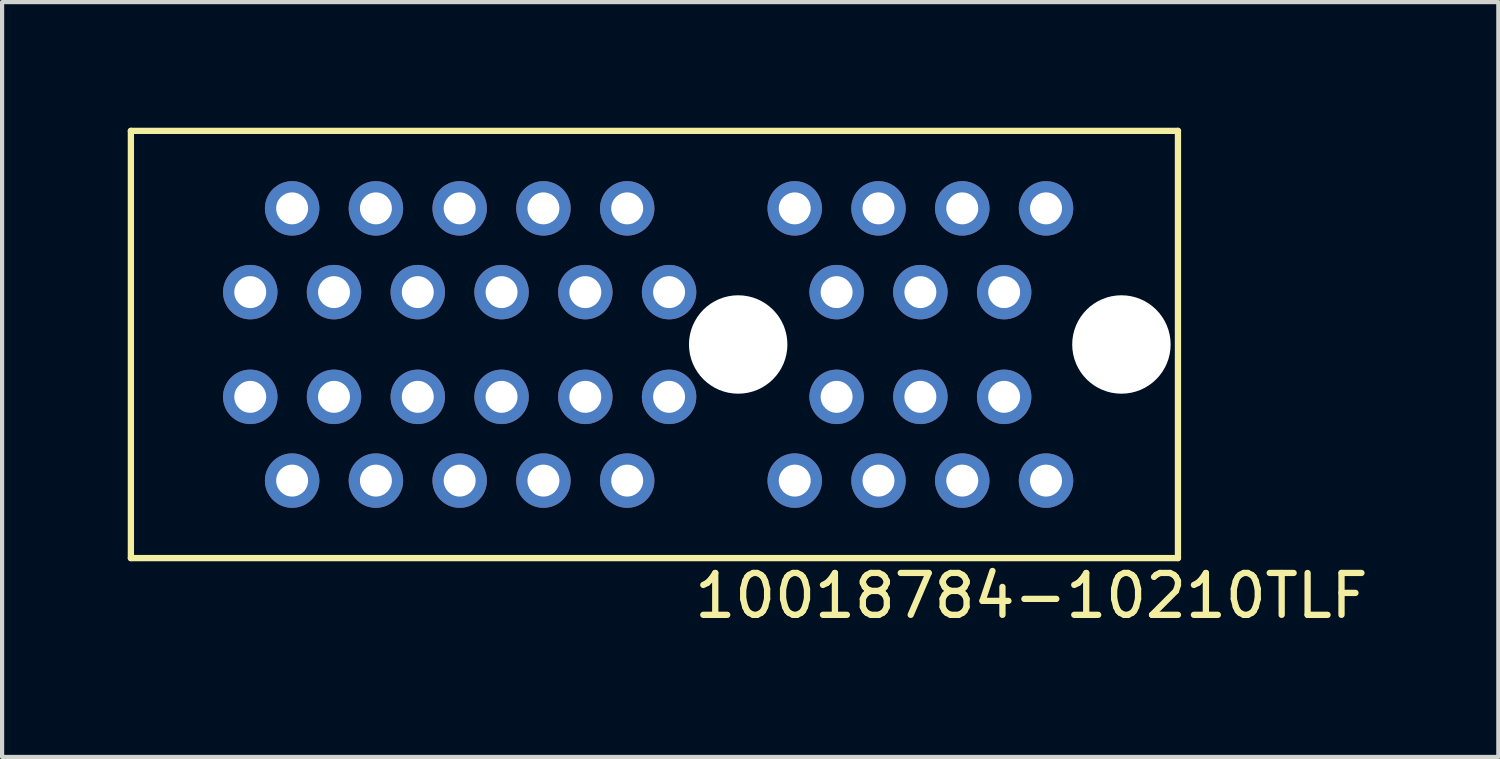
<source format=kicad_pcb>
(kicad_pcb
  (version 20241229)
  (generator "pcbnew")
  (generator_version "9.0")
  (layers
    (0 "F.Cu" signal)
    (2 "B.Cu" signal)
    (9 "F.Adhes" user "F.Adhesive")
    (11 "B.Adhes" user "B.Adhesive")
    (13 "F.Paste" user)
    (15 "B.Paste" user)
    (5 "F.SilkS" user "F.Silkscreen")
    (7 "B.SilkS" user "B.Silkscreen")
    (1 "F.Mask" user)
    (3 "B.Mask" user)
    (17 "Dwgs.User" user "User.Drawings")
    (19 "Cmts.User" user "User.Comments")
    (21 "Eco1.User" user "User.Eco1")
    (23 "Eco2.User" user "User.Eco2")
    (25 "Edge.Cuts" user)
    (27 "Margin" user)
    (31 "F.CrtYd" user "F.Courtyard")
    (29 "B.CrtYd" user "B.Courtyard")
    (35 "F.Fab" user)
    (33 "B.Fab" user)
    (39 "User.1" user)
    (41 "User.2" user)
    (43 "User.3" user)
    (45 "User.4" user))
  (footprint "10018784-10210TLF"
    (layer "F.Cu")
    (at 14.575 5.175)
    (property "Reference" "10018784-10210TLF" (at 7 6 0) (layer "F.SilkS") (effects (font (size 1 1) (thickness 0.15))))
    (attr through_hole)
    (fp_line (start -14.5 -5.1) (end -14.5 5.1) (stroke (width 0.15) (type solid)) (layer "F.SilkS"))
    (fp_line (start -14.5 -5.1) (end 10.5 -5.1) (stroke (width 0.15) (type solid)) (layer "F.SilkS"))
    (fp_line (start -14.5 5.1) (end 10.5 5.1) (stroke (width 0.15) (type solid)) (layer "F.SilkS"))
    (fp_line (start 10.5 -5.1) (end 10.5 5.1) (stroke (width 0.15) (type solid)) (layer "F.SilkS"))
    (pad "" np_thru_hole circle (at 0 0) (size 2.35 2.35) (drill 2.35) (layers "*.Cu" "*.Mask"))
    (pad "" np_thru_hole circle (at 9.15 0) (size 2.35 2.35) (drill 2.35) (layers "*.Cu" "*.Mask"))
    (pad "A1" thru_hole circle (at -11.65 -1.25) (size 1.3 1.3) (drill 0.762) (layers "*.Cu" "*.Mask"))
    (pad "A2" thru_hole circle (at -10.65 -3.25) (size 1.3 1.3) (drill 0.762) (layers "*.Cu" "*.Mask"))
    (pad "A3" thru_hole circle (at -9.65 -1.25) (size 1.3 1.3) (drill 0.762) (layers "*.Cu" "*.Mask"))
    (pad "A4" thru_hole circle (at -8.65 -3.25) (size 1.3 1.3) (drill 0.762) (layers "*.Cu" "*.Mask"))
    (pad "A5" thru_hole circle (at -7.65 -1.25) (size 1.3 1.3) (drill 0.762) (layers "*.Cu" "*.Mask"))
    (pad "A6" thru_hole circle (at -6.65 -3.25) (size 1.3 1.3) (drill 0.762) (layers "*.Cu" "*.Mask"))
    (pad "A7" thru_hole circle (at -5.65 -1.25) (size 1.3 1.3) (drill 0.762) (layers "*.Cu" "*.Mask"))
    (pad "A8" thru_hole circle (at -4.65 -3.25) (size 1.3 1.3) (drill 0.762) (layers "*.Cu" "*.Mask"))
    (pad "A9" thru_hole circle (at -3.65 -1.25) (size 1.3 1.3) (drill 0.762) (layers "*.Cu" "*.Mask"))
    (pad "A10" thru_hole circle (at -2.65 -3.25) (size 1.3 1.3) (drill 0.762) (layers "*.Cu" "*.Mask"))
    (pad "A11" thru_hole circle (at -1.65 -1.25) (size 1.3 1.3) (drill 0.762) (layers "*.Cu" "*.Mask"))
    (pad "A12" thru_hole circle (at 1.35 -3.25) (size 1.3 1.3) (drill 0.762) (layers "*.Cu" "*.Mask"))
    (pad "A13" thru_hole circle (at 2.35 -1.25) (size 1.3 1.3) (drill 0.762) (layers "*.Cu" "*.Mask"))
    (pad "A14" thru_hole circle (at 3.35 -3.25) (size 1.3 1.3) (drill 0.762) (layers "*.Cu" "*.Mask"))
    (pad "A15" thru_hole circle (at 4.35 -1.25) (size 1.3 1.3) (drill 0.762) (layers "*.Cu" "*.Mask"))
    (pad "A16" thru_hole circle (at 5.35 -3.25) (size 1.3 1.3) (drill 0.762) (layers "*.Cu" "*.Mask"))
    (pad "A17" thru_hole circle (at 6.35 -1.25) (size 1.3 1.3) (drill 0.762) (layers "*.Cu" "*.Mask"))
    (pad "A18" thru_hole circle (at 7.35 -3.25) (size 1.3 1.3) (drill 0.762) (layers "*.Cu" "*.Mask"))
    (pad "B1" thru_hole circle (at -11.65 1.25) (size 1.3 1.3) (drill 0.762) (layers "*.Cu" "*.Mask"))
    (pad "B2" thru_hole circle (at -10.65 3.25) (size 1.3 1.3) (drill 0.762) (layers "*.Cu" "*.Mask"))
    (pad "B3" thru_hole circle (at -9.65 1.25) (size 1.3 1.3) (drill 0.762) (layers "*.Cu" "*.Mask"))
    (pad "B4" thru_hole circle (at -8.65 3.25) (size 1.3 1.3) (drill 0.762) (layers "*.Cu" "*.Mask"))
    (pad "B5" thru_hole circle (at -7.65 1.25) (size 1.3 1.3) (drill 0.762) (layers "*.Cu" "*.Mask"))
    (pad "B6" thru_hole circle (at -6.65 3.25) (size 1.3 1.3) (drill 0.762) (layers "*.Cu" "*.Mask"))
    (pad "B7" thru_hole circle (at -5.65 1.25) (size 1.3 1.3) (drill 0.762) (layers "*.Cu" "*.Mask"))
    (pad "B8" thru_hole circle (at -4.65 3.25) (size 1.3 1.3) (drill 0.762) (layers "*.Cu" "*.Mask"))
    (pad "B9" thru_hole circle (at -3.65 1.25) (size 1.3 1.3) (drill 0.762) (layers "*.Cu" "*.Mask"))
    (pad "B10" thru_hole circle (at -2.65 3.25) (size 1.3 1.3) (drill 0.762) (layers "*.Cu" "*.Mask"))
    (pad "B11" thru_hole circle (at -1.65 1.25) (size 1.3 1.3) (drill 0.762) (layers "*.Cu" "*.Mask"))
    (pad "B12" thru_hole circle (at 1.35 3.25) (size 1.3 1.3) (drill 0.762) (layers "*.Cu" "*.Mask"))
    (pad "B13" thru_hole circle (at 2.35 1.25) (size 1.3 1.3) (drill 0.762) (layers "*.Cu" "*.Mask"))
    (pad "B14" thru_hole circle (at 3.35 3.25) (size 1.3 1.3) (drill 0.762) (layers "*.Cu" "*.Mask"))
    (pad "B15" thru_hole circle (at 4.35 1.25) (size 1.3 1.3) (drill 0.762) (layers "*.Cu" "*.Mask"))
    (pad "B16" thru_hole circle (at 5.35 3.25) (size 1.3 1.3) (drill 0.762) (layers "*.Cu" "*.Mask"))
    (pad "B17" thru_hole circle (at 6.35 1.25) (size 1.3 1.3) (drill 0.762) (layers "*.Cu" "*.Mask"))
    (pad "B18" thru_hole circle (at 7.35 3.25) (size 1.3 1.3) (drill 0.762) (layers "*.Cu" "*.Mask")))
  (gr_rect
    (start -3 -3)
    (end 32.724 15.023)
    (stroke (width 0.1) (type default))
    (fill no)
    (layer "Edge.Cuts")))
</source>
